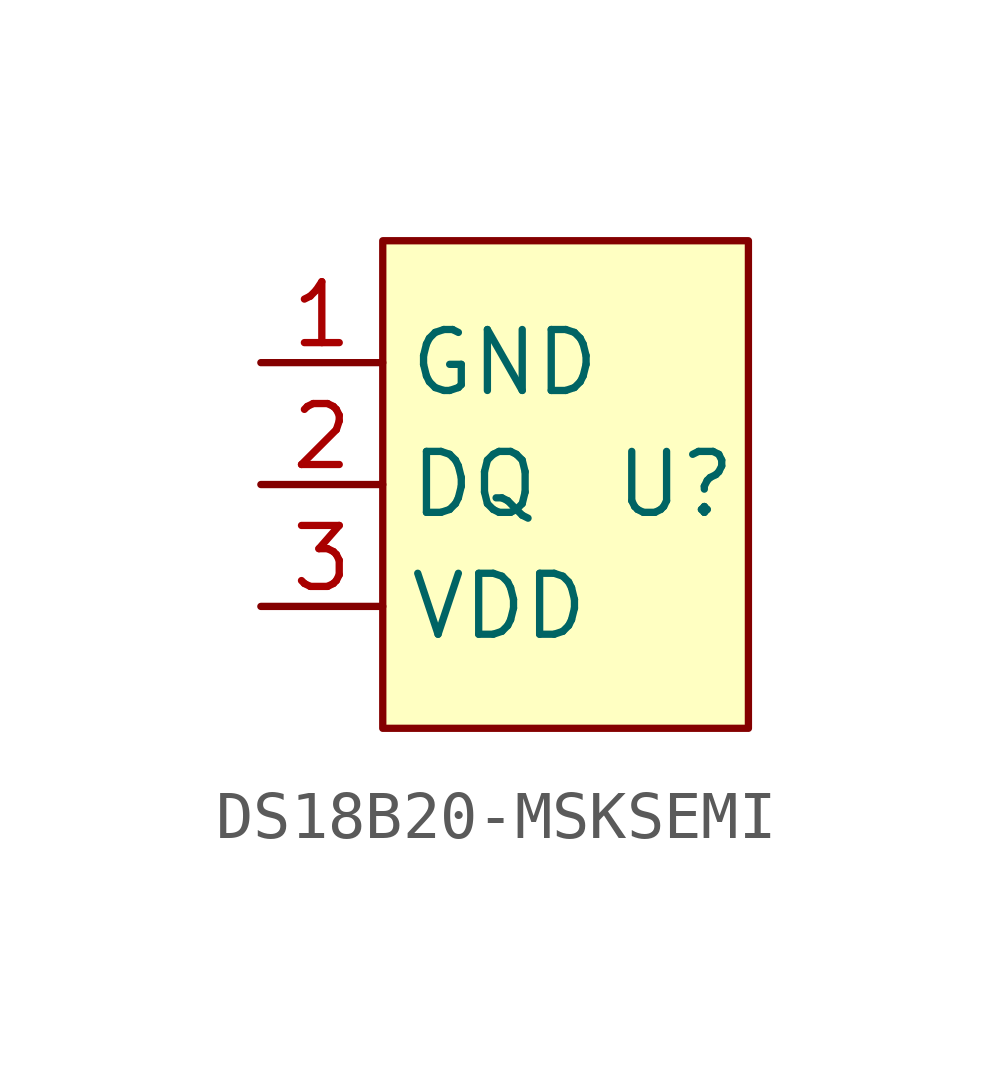
<source format=kicad_sym>
(kicad_symbol_lib
  (version 20241209)
  (generator "kicad_symbol_editor")
  (generator_version "9.0")
  (symbol "DS18B20-MSKSEMI"
    (property "Reference" "U"
      (at 3.556 0 0)
      (effects (font (size 1.27 1.27))))
    (property "Value" ""
      (at 0 0 0)
      (effects (font (size 1.27 1.27))))
    (symbol "DS18B20-MSKSEMI_1_0"
      (rectangle (start -2.54 5.08) (end 5.08 -5.08) (stroke (width 0) (type solid)) (fill (type background)))
      (pin power_out line (at -5.08 2.54 0) (length 2.54) (name "GND" (effects (font (size 1.27 1.27)))) (number "1" (effects (font (size 1.27 1.27)))))
      (pin bidirectional line (at -5.08 0 0) (length 2.54) (name "DQ" (effects (font (size 1.27 1.27)))) (number "2" (effects (font (size 1.27 1.27)))))
      (pin power_in line (at -5.08 -2.54 0) (length 2.54) (name "VDD" (effects (font (size 1.27 1.27)))) (number "3" (effects (font (size 1.27 1.27))))))))
</source>
